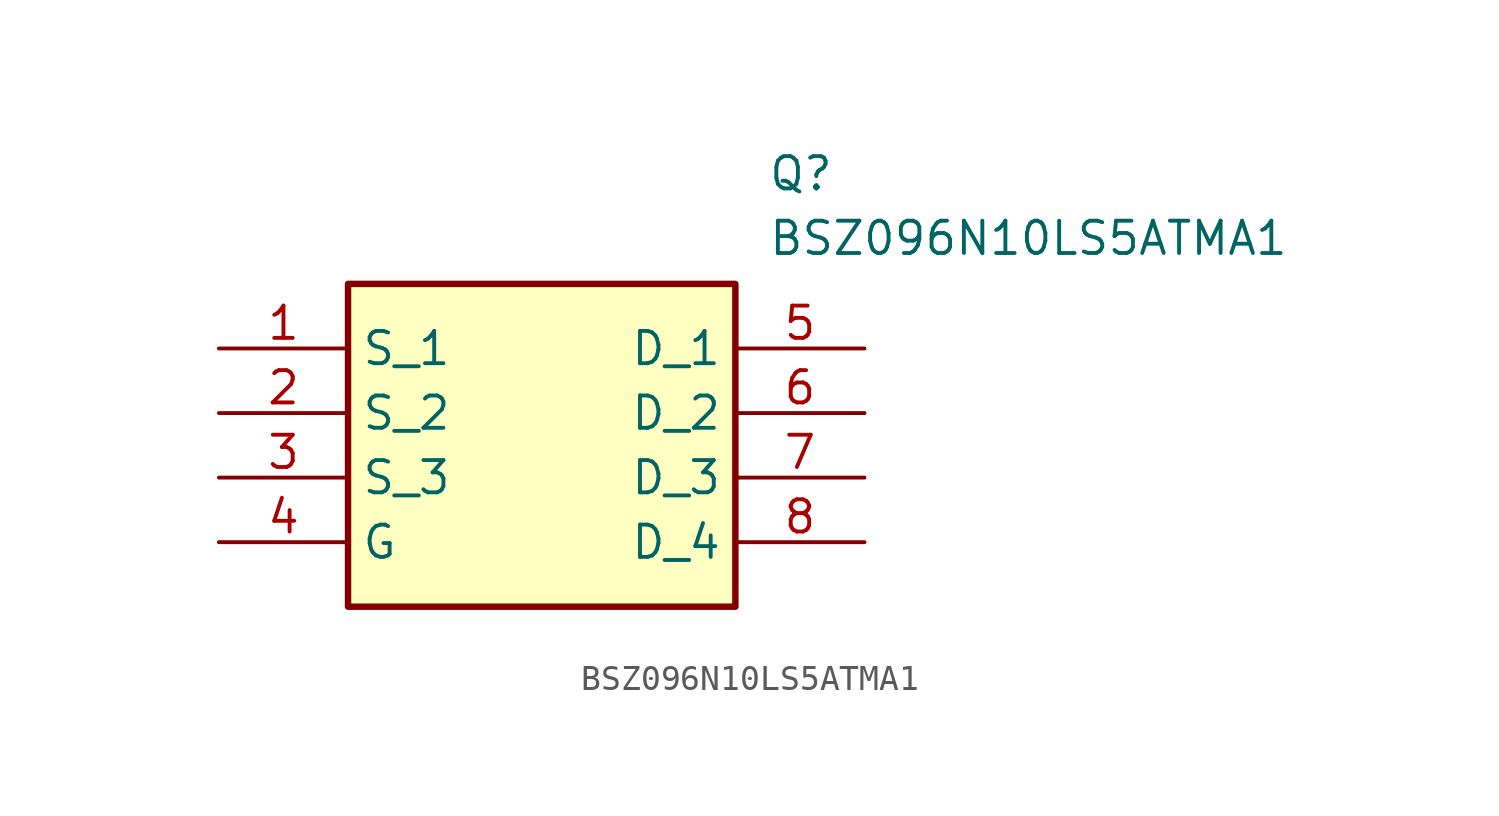
<source format=kicad_sym>
(kicad_symbol_lib
  (version 20211014)
  (generator SamacSys_ECAD_Model)
  (symbol "BSZ096N10LS5ATMA1"
    (property "Reference" "Q"
      (at 21.59 7.62 0)
      (effects (font (size 1.27 1.27)) (justify left top)))
    (property "Value" "BSZ096N10LS5ATMA1"
      (at 21.59 5.08 0)
      (effects (font (size 1.27 1.27)) (justify left top)))
    (rectangle
      (start 5.08 2.54)
      (end 20.32 -10.16)
      (stroke (width 0.254) (type default))
      (fill (type background)))
    (pin passive line
      (at 0 0 0)
      (length 5.08)
      (name "S_1" (effects (font (size 1.27 1.27))))
      (number "1" (effects (font (size 1.27 1.27)))))
    (pin passive line
      (at 0 -2.54 0)
      (length 5.08)
      (name "S_2" (effects (font (size 1.27 1.27))))
      (number "2" (effects (font (size 1.27 1.27)))))
    (pin passive line
      (at 0 -5.08 0)
      (length 5.08)
      (name "S_3" (effects (font (size 1.27 1.27))))
      (number "3" (effects (font (size 1.27 1.27)))))
    (pin passive line
      (at 0 -7.62 0)
      (length 5.08)
      (name "G" (effects (font (size 1.27 1.27))))
      (number "4" (effects (font (size 1.27 1.27)))))
    (pin passive line
      (at 25.4 0 180)
      (length 5.08)
      (name "D_1" (effects (font (size 1.27 1.27))))
      (number "5" (effects (font (size 1.27 1.27)))))
    (pin passive line
      (at 25.4 -2.54 180)
      (length 5.08)
      (name "D_2" (effects (font (size 1.27 1.27))))
      (number "6" (effects (font (size 1.27 1.27)))))
    (pin passive line
      (at 25.4 -5.08 180)
      (length 5.08)
      (name "D_3" (effects (font (size 1.27 1.27))))
      (number "7" (effects (font (size 1.27 1.27)))))
    (pin passive line
      (at 25.4 -7.62 180)
      (length 5.08)
      (name "D_4" (effects (font (size 1.27 1.27))))
      (number "8" (effects (font (size 1.27 1.27)))))))
</source>
